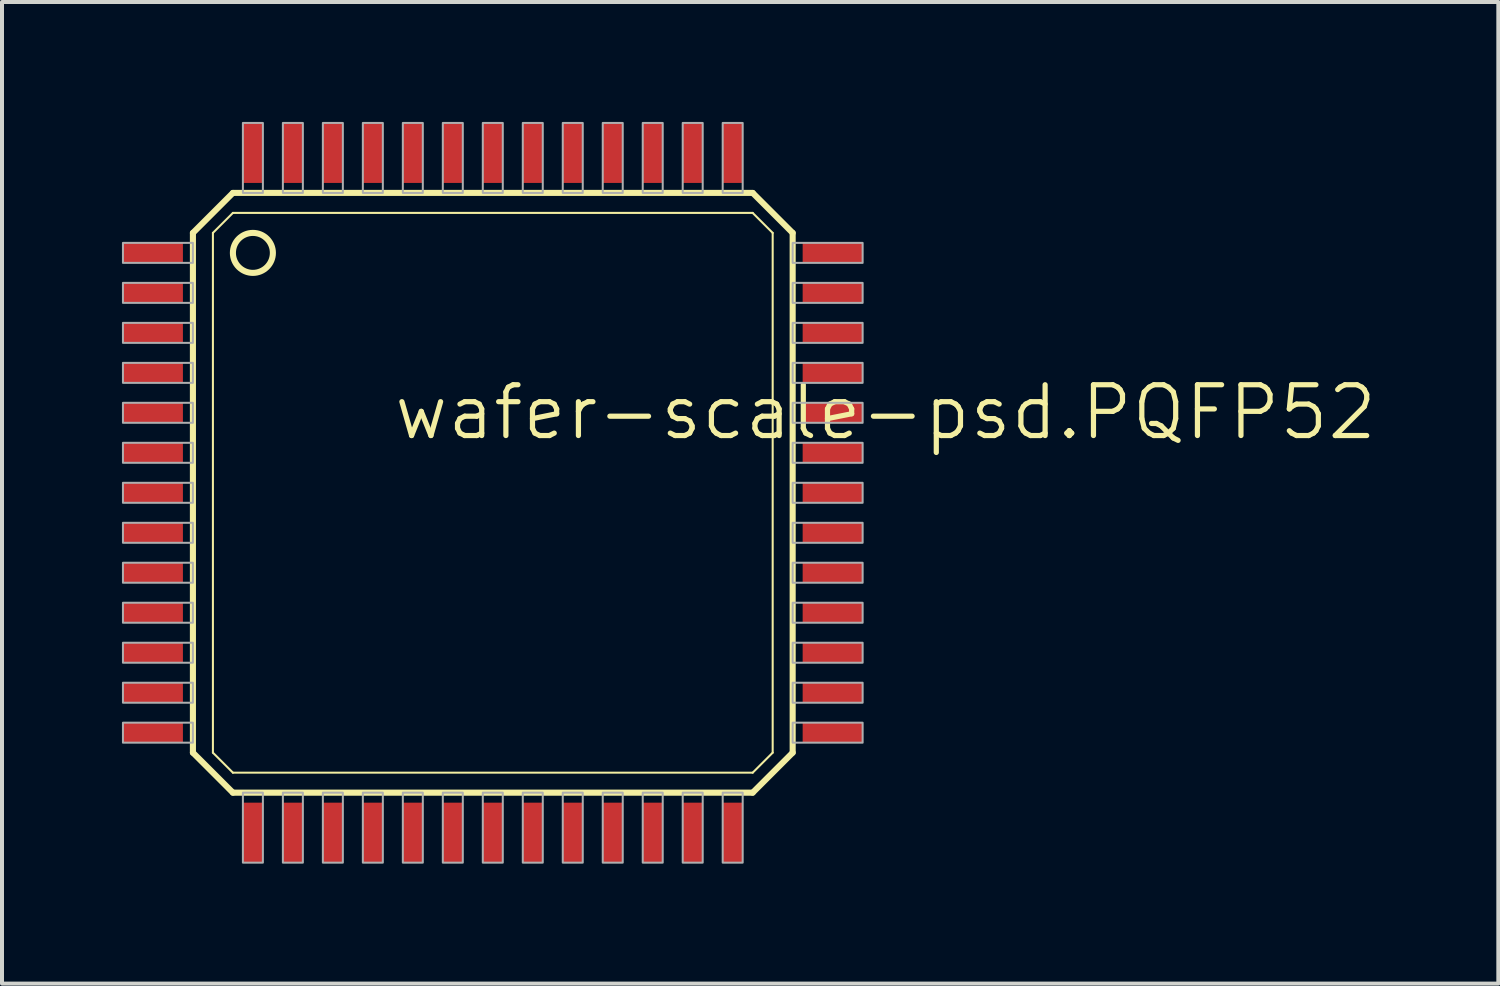
<source format=kicad_pcb>
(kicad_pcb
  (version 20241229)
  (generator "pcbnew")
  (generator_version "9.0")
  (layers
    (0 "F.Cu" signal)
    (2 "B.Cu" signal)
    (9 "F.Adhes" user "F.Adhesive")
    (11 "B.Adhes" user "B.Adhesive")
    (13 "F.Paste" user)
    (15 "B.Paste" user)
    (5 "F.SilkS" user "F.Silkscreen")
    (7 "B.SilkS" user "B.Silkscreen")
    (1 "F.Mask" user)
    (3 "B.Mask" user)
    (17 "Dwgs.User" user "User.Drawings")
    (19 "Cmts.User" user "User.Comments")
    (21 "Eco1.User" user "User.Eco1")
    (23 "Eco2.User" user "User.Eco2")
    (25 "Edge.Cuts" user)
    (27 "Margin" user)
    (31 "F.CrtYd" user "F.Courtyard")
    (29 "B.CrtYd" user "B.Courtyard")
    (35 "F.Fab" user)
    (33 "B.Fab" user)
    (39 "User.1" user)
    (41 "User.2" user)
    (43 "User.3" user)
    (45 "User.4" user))
  (footprint "wafer-scale-psd.PQFP52"
    (layer "F.Cu")
    (at 9.275 9.275)
    (property "Reference" "wafer-scale-psd.PQFP52" (at -2.54 -1.27 0) (layer "F.SilkS") (effects (font (size 1.27 1.27) (thickness 0.13)) (justify left bottom)))
    (attr smd)
    (fp_line (start -7.5 -6.5) (end -7.5 6.5) (stroke (width 0.152) (type default)) (layer "F.SilkS"))
    (fp_line (start -7.5 6.5) (end -6.5 7.5) (stroke (width 0.152) (type default)) (layer "F.SilkS"))
    (fp_line (start -7 -6.5) (end -7 6.5) (stroke (width 0.051) (type default)) (layer "F.SilkS"))
    (fp_line (start -7 6.5) (end -6.5 7) (stroke (width 0.051) (type default)) (layer "F.SilkS"))
    (fp_line (start -6.5 -7.5) (end -7.5 -6.5) (stroke (width 0.152) (type default)) (layer "F.SilkS"))
    (fp_line (start -6.5 -7) (end -7 -6.5) (stroke (width 0.051) (type default)) (layer "F.SilkS"))
    (fp_line (start -6.5 7) (end 6.5 7) (stroke (width 0.051) (type default)) (layer "F.SilkS"))
    (fp_line (start -6.5 7.5) (end 6.5 7.5) (stroke (width 0.152) (type default)) (layer "F.SilkS"))
    (fp_line (start 6.5 -7.5) (end -6.5 -7.5) (stroke (width 0.152) (type default)) (layer "F.SilkS"))
    (fp_line (start 6.5 -7) (end -6.5 -7) (stroke (width 0.051) (type default)) (layer "F.SilkS"))
    (fp_line (start 6.5 7) (end 7 6.5) (stroke (width 0.051) (type default)) (layer "F.SilkS"))
    (fp_line (start 6.5 7.5) (end 7.5 6.5) (stroke (width 0.152) (type default)) (layer "F.SilkS"))
    (fp_line (start 7 -6.5) (end 6.5 -7) (stroke (width 0.051) (type default)) (layer "F.SilkS"))
    (fp_line (start 7 6.5) (end 7 -6.5) (stroke (width 0.051) (type default)) (layer "F.SilkS"))
    (fp_line (start 7.5 -6.5) (end 6.5 -7.5) (stroke (width 0.152) (type default)) (layer "F.SilkS"))
    (fp_line (start 7.5 6.5) (end 7.5 -6.5) (stroke (width 0.152) (type default)) (layer "F.SilkS"))
    (fp_circle (center -6 -6) (end -5.5 -6) (stroke (width 0.152) (type default)) (fill no) (layer "F.SilkS"))
    (fp_rect (start -9.25 -5.75) (end -7.5 -6.25) (stroke (width 0.05) (type default)) (fill no) (layer "F.Fab"))
    (fp_rect (start -9.25 -4.75) (end -7.5 -5.25) (stroke (width 0.05) (type default)) (fill no) (layer "F.Fab"))
    (fp_rect (start -9.25 -3.75) (end -7.5 -4.25) (stroke (width 0.05) (type default)) (fill no) (layer "F.Fab"))
    (fp_rect (start -9.25 -2.75) (end -7.5 -3.25) (stroke (width 0.05) (type default)) (fill no) (layer "F.Fab"))
    (fp_rect (start -9.25 -1.75) (end -7.5 -2.25) (stroke (width 0.05) (type default)) (fill no) (layer "F.Fab"))
    (fp_rect (start -9.25 -0.75) (end -7.5 -1.25) (stroke (width 0.05) (type default)) (fill no) (layer "F.Fab"))
    (fp_rect (start -9.25 0.25) (end -7.5 -0.25) (stroke (width 0.05) (type default)) (fill no) (layer "F.Fab"))
    (fp_rect (start -9.25 1.25) (end -7.5 0.75) (stroke (width 0.05) (type default)) (fill no) (layer "F.Fab"))
    (fp_rect (start -9.25 2.25) (end -7.5 1.75) (stroke (width 0.05) (type default)) (fill no) (layer "F.Fab"))
    (fp_rect (start -9.25 3.25) (end -7.5 2.75) (stroke (width 0.05) (type default)) (fill no) (layer "F.Fab"))
    (fp_rect (start -9.25 4.25) (end -7.5 3.75) (stroke (width 0.05) (type default)) (fill no) (layer "F.Fab"))
    (fp_rect (start -9.25 5.25) (end -7.5 4.75) (stroke (width 0.05) (type default)) (fill no) (layer "F.Fab"))
    (fp_rect (start -9.25 6.25) (end -7.5 5.75) (stroke (width 0.05) (type default)) (fill no) (layer "F.Fab"))
    (fp_rect (start -6.25 -7.5) (end -5.75 -9.25) (stroke (width 0.05) (type default)) (fill no) (layer "F.Fab"))
    (fp_rect (start -6.25 9.25) (end -5.75 7.5) (stroke (width 0.05) (type default)) (fill no) (layer "F.Fab"))
    (fp_rect (start -5.25 -7.5) (end -4.75 -9.25) (stroke (width 0.05) (type default)) (fill no) (layer "F.Fab"))
    (fp_rect (start -5.25 9.25) (end -4.75 7.5) (stroke (width 0.05) (type default)) (fill no) (layer "F.Fab"))
    (fp_rect (start -4.25 -7.5) (end -3.75 -9.25) (stroke (width 0.05) (type default)) (fill no) (layer "F.Fab"))
    (fp_rect (start -4.25 9.25) (end -3.75 7.5) (stroke (width 0.05) (type default)) (fill no) (layer "F.Fab"))
    (fp_rect (start -3.25 -7.5) (end -2.75 -9.25) (stroke (width 0.05) (type default)) (fill no) (layer "F.Fab"))
    (fp_rect (start -3.25 9.25) (end -2.75 7.5) (stroke (width 0.05) (type default)) (fill no) (layer "F.Fab"))
    (fp_rect (start -2.25 -7.5) (end -1.75 -9.25) (stroke (width 0.05) (type default)) (fill no) (layer "F.Fab"))
    (fp_rect (start -2.25 9.25) (end -1.75 7.5) (stroke (width 0.05) (type default)) (fill no) (layer "F.Fab"))
    (fp_rect (start -1.25 -7.5) (end -0.75 -9.25) (stroke (width 0.05) (type default)) (fill no) (layer "F.Fab"))
    (fp_rect (start -1.25 9.25) (end -0.75 7.5) (stroke (width 0.05) (type default)) (fill no) (layer "F.Fab"))
    (fp_rect (start -0.25 -7.5) (end 0.25 -9.25) (stroke (width 0.05) (type default)) (fill no) (layer "F.Fab"))
    (fp_rect (start -0.25 9.25) (end 0.25 7.5) (stroke (width 0.05) (type default)) (fill no) (layer "F.Fab"))
    (fp_rect (start 0.75 -7.5) (end 1.25 -9.25) (stroke (width 0.05) (type default)) (fill no) (layer "F.Fab"))
    (fp_rect (start 0.75 9.25) (end 1.25 7.5) (stroke (width 0.05) (type default)) (fill no) (layer "F.Fab"))
    (fp_rect (start 1.75 -7.5) (end 2.25 -9.25) (stroke (width 0.05) (type default)) (fill no) (layer "F.Fab"))
    (fp_rect (start 1.75 9.25) (end 2.25 7.5) (stroke (width 0.05) (type default)) (fill no) (layer "F.Fab"))
    (fp_rect (start 2.75 -7.5) (end 3.25 -9.25) (stroke (width 0.05) (type default)) (fill no) (layer "F.Fab"))
    (fp_rect (start 2.75 9.25) (end 3.25 7.5) (stroke (width 0.05) (type default)) (fill no) (layer "F.Fab"))
    (fp_rect (start 3.75 -7.5) (end 4.25 -9.25) (stroke (width 0.05) (type default)) (fill no) (layer "F.Fab"))
    (fp_rect (start 3.75 9.25) (end 4.25 7.5) (stroke (width 0.05) (type default)) (fill no) (layer "F.Fab"))
    (fp_rect (start 4.75 -7.5) (end 5.25 -9.25) (stroke (width 0.05) (type default)) (fill no) (layer "F.Fab"))
    (fp_rect (start 4.75 9.25) (end 5.25 7.5) (stroke (width 0.05) (type default)) (fill no) (layer "F.Fab"))
    (fp_rect (start 5.75 -7.5) (end 6.25 -9.25) (stroke (width 0.05) (type default)) (fill no) (layer "F.Fab"))
    (fp_rect (start 5.75 9.25) (end 6.25 7.5) (stroke (width 0.05) (type default)) (fill no) (layer "F.Fab"))
    (fp_rect (start 7.5 -5.75) (end 9.25 -6.25) (stroke (width 0.05) (type default)) (fill no) (layer "F.Fab"))
    (fp_rect (start 7.5 -4.75) (end 9.25 -5.25) (stroke (width 0.05) (type default)) (fill no) (layer "F.Fab"))
    (fp_rect (start 7.5 -3.75) (end 9.25 -4.25) (stroke (width 0.05) (type default)) (fill no) (layer "F.Fab"))
    (fp_rect (start 7.5 -2.75) (end 9.25 -3.25) (stroke (width 0.05) (type default)) (fill no) (layer "F.Fab"))
    (fp_rect (start 7.5 -1.75) (end 9.25 -2.25) (stroke (width 0.05) (type default)) (fill no) (layer "F.Fab"))
    (fp_rect (start 7.5 -0.75) (end 9.25 -1.25) (stroke (width 0.05) (type default)) (fill no) (layer "F.Fab"))
    (fp_rect (start 7.5 0.25) (end 9.25 -0.25) (stroke (width 0.05) (type default)) (fill no) (layer "F.Fab"))
    (fp_rect (start 7.5 1.25) (end 9.25 0.75) (stroke (width 0.05) (type default)) (fill no) (layer "F.Fab"))
    (fp_rect (start 7.5 2.25) (end 9.25 1.75) (stroke (width 0.05) (type default)) (fill no) (layer "F.Fab"))
    (fp_rect (start 7.5 3.25) (end 9.25 2.75) (stroke (width 0.05) (type default)) (fill no) (layer "F.Fab"))
    (fp_rect (start 7.5 4.25) (end 9.25 3.75) (stroke (width 0.05) (type default)) (fill no) (layer "F.Fab"))
    (fp_rect (start 7.5 5.25) (end 9.25 4.75) (stroke (width 0.05) (type default)) (fill no) (layer "F.Fab"))
    (fp_rect (start 7.5 6.25) (end 9.25 5.75) (stroke (width 0.05) (type default)) (fill no) (layer "F.Fab"))
    (pad "1" smd roundrect (at -8.5 -6) (size 1.5 0.5) (layers "F.Cu" "F.Mask" "F.Paste") (roundrect_rratio 0.01))
    (pad "2" smd roundrect (at -8.5 -5) (size 1.5 0.5) (layers "F.Cu" "F.Mask" "F.Paste") (roundrect_rratio 0.01))
    (pad "3" smd roundrect (at -8.5 -4) (size 1.5 0.5) (layers "F.Cu" "F.Mask" "F.Paste") (roundrect_rratio 0.01))
    (pad "4" smd roundrect (at -8.5 -3) (size 1.5 0.5) (layers "F.Cu" "F.Mask" "F.Paste") (roundrect_rratio 0.01))
    (pad "5" smd roundrect (at -8.5 -2) (size 1.5 0.5) (layers "F.Cu" "F.Mask" "F.Paste") (roundrect_rratio 0.01))
    (pad "6" smd roundrect (at -8.5 -1) (size 1.5 0.5) (layers "F.Cu" "F.Mask" "F.Paste") (roundrect_rratio 0.01))
    (pad "7" smd roundrect (at -8.5 0) (size 1.5 0.5) (layers "F.Cu" "F.Mask" "F.Paste") (roundrect_rratio 0.01))
    (pad "8" smd roundrect (at -8.5 1) (size 1.5 0.5) (layers "F.Cu" "F.Mask" "F.Paste") (roundrect_rratio 0.01))
    (pad "9" smd roundrect (at -8.5 2) (size 1.5 0.5) (layers "F.Cu" "F.Mask" "F.Paste") (roundrect_rratio 0.01))
    (pad "10" smd roundrect (at -8.5 3) (size 1.5 0.5) (layers "F.Cu" "F.Mask" "F.Paste") (roundrect_rratio 0.01))
    (pad "11" smd roundrect (at -8.5 4) (size 1.5 0.5) (layers "F.Cu" "F.Mask" "F.Paste") (roundrect_rratio 0.01))
    (pad "12" smd roundrect (at -8.5 5) (size 1.5 0.5) (layers "F.Cu" "F.Mask" "F.Paste") (roundrect_rratio 0.01))
    (pad "13" smd roundrect (at -8.5 6) (size 1.5 0.5) (layers "F.Cu" "F.Mask" "F.Paste") (roundrect_rratio 0.01))
    (pad "14" smd roundrect (at -6 8.5) (size 0.5 1.5) (layers "F.Cu" "F.Mask" "F.Paste") (roundrect_rratio 0.01))
    (pad "15" smd roundrect (at -5 8.5) (size 0.5 1.5) (layers "F.Cu" "F.Mask" "F.Paste") (roundrect_rratio 0.01))
    (pad "16" smd roundrect (at -4 8.5) (size 0.5 1.5) (layers "F.Cu" "F.Mask" "F.Paste") (roundrect_rratio 0.01))
    (pad "17" smd roundrect (at -3 8.5) (size 0.5 1.5) (layers "F.Cu" "F.Mask" "F.Paste") (roundrect_rratio 0.01))
    (pad "18" smd roundrect (at -2 8.5) (size 0.5 1.5) (layers "F.Cu" "F.Mask" "F.Paste") (roundrect_rratio 0.01))
    (pad "19" smd roundrect (at -1 8.5) (size 0.5 1.5) (layers "F.Cu" "F.Mask" "F.Paste") (roundrect_rratio 0.01))
    (pad "20" smd roundrect (at 0 8.5) (size 0.5 1.5) (layers "F.Cu" "F.Mask" "F.Paste") (roundrect_rratio 0.01))
    (pad "21" smd roundrect (at 1 8.5) (size 0.5 1.5) (layers "F.Cu" "F.Mask" "F.Paste") (roundrect_rratio 0.01))
    (pad "22" smd roundrect (at 2 8.5) (size 0.5 1.5) (layers "F.Cu" "F.Mask" "F.Paste") (roundrect_rratio 0.01))
    (pad "23" smd roundrect (at 3 8.5) (size 0.5 1.5) (layers "F.Cu" "F.Mask" "F.Paste") (roundrect_rratio 0.01))
    (pad "24" smd roundrect (at 4 8.5) (size 0.5 1.5) (layers "F.Cu" "F.Mask" "F.Paste") (roundrect_rratio 0.01))
    (pad "25" smd roundrect (at 5 8.5) (size 0.5 1.5) (layers "F.Cu" "F.Mask" "F.Paste") (roundrect_rratio 0.01))
    (pad "26" smd roundrect (at 6 8.5) (size 0.5 1.5) (layers "F.Cu" "F.Mask" "F.Paste") (roundrect_rratio 0.01))
    (pad "27" smd roundrect (at 8.5 6) (size 1.5 0.5) (layers "F.Cu" "F.Mask" "F.Paste") (roundrect_rratio 0.01))
    (pad "28" smd roundrect (at 8.5 5) (size 1.5 0.5) (layers "F.Cu" "F.Mask" "F.Paste") (roundrect_rratio 0.01))
    (pad "29" smd roundrect (at 8.5 4) (size 1.5 0.5) (layers "F.Cu" "F.Mask" "F.Paste") (roundrect_rratio 0.01))
    (pad "30" smd roundrect (at 8.5 3) (size 1.5 0.5) (layers "F.Cu" "F.Mask" "F.Paste") (roundrect_rratio 0.01))
    (pad "31" smd roundrect (at 8.5 2) (size 1.5 0.5) (layers "F.Cu" "F.Mask" "F.Paste") (roundrect_rratio 0.01))
    (pad "32" smd roundrect (at 8.5 1) (size 1.5 0.5) (layers "F.Cu" "F.Mask" "F.Paste") (roundrect_rratio 0.01))
    (pad "33" smd roundrect (at 8.5 0) (size 1.5 0.5) (layers "F.Cu" "F.Mask" "F.Paste") (roundrect_rratio 0.01))
    (pad "34" smd roundrect (at 8.5 -1) (size 1.5 0.5) (layers "F.Cu" "F.Mask" "F.Paste") (roundrect_rratio 0.01))
    (pad "35" smd roundrect (at 8.5 -2) (size 1.5 0.5) (layers "F.Cu" "F.Mask" "F.Paste") (roundrect_rratio 0.01))
    (pad "36" smd roundrect (at 8.5 -3) (size 1.5 0.5) (layers "F.Cu" "F.Mask" "F.Paste") (roundrect_rratio 0.01))
    (pad "37" smd roundrect (at 8.5 -4) (size 1.5 0.5) (layers "F.Cu" "F.Mask" "F.Paste") (roundrect_rratio 0.01))
    (pad "38" smd roundrect (at 8.5 -5) (size 1.5 0.5) (layers "F.Cu" "F.Mask" "F.Paste") (roundrect_rratio 0.01))
    (pad "39" smd roundrect (at 8.5 -6) (size 1.5 0.5) (layers "F.Cu" "F.Mask" "F.Paste") (roundrect_rratio 0.01))
    (pad "40" smd roundrect (at 6 -8.5) (size 0.5 1.5) (layers "F.Cu" "F.Mask" "F.Paste") (roundrect_rratio 0.01))
    (pad "41" smd roundrect (at 5 -8.5) (size 0.5 1.5) (layers "F.Cu" "F.Mask" "F.Paste") (roundrect_rratio 0.01))
    (pad "42" smd roundrect (at 4 -8.5) (size 0.5 1.5) (layers "F.Cu" "F.Mask" "F.Paste") (roundrect_rratio 0.01))
    (pad "43" smd roundrect (at 3 -8.5) (size 0.5 1.5) (layers "F.Cu" "F.Mask" "F.Paste") (roundrect_rratio 0.01))
    (pad "44" smd roundrect (at 2 -8.5) (size 0.5 1.5) (layers "F.Cu" "F.Mask" "F.Paste") (roundrect_rratio 0.01))
    (pad "45" smd roundrect (at 1 -8.5) (size 0.5 1.5) (layers "F.Cu" "F.Mask" "F.Paste") (roundrect_rratio 0.01))
    (pad "46" smd roundrect (at 0 -8.5) (size 0.5 1.5) (layers "F.Cu" "F.Mask" "F.Paste") (roundrect_rratio 0.01))
    (pad "47" smd roundrect (at -1 -8.5) (size 0.5 1.5) (layers "F.Cu" "F.Mask" "F.Paste") (roundrect_rratio 0.01))
    (pad "48" smd roundrect (at -2 -8.5) (size 0.5 1.5) (layers "F.Cu" "F.Mask" "F.Paste") (roundrect_rratio 0.01))
    (pad "49" smd roundrect (at -3 -8.5) (size 0.5 1.5) (layers "F.Cu" "F.Mask" "F.Paste") (roundrect_rratio 0.01))
    (pad "50" smd roundrect (at -4 -8.5) (size 0.5 1.5) (layers "F.Cu" "F.Mask" "F.Paste") (roundrect_rratio 0.01))
    (pad "51" smd roundrect (at -5 -8.5) (size 0.5 1.5) (layers "F.Cu" "F.Mask" "F.Paste") (roundrect_rratio 0.01))
    (pad "52" smd roundrect (at -6 -8.5) (size 0.5 1.5) (layers "F.Cu" "F.Mask" "F.Paste") (roundrect_rratio 0.01)))
  (gr_rect
    (start -3 -3)
    (end 34.424 21.55)
    (stroke (width 0.1) (type default))
    (fill no)
    (layer "Edge.Cuts")))
</source>
